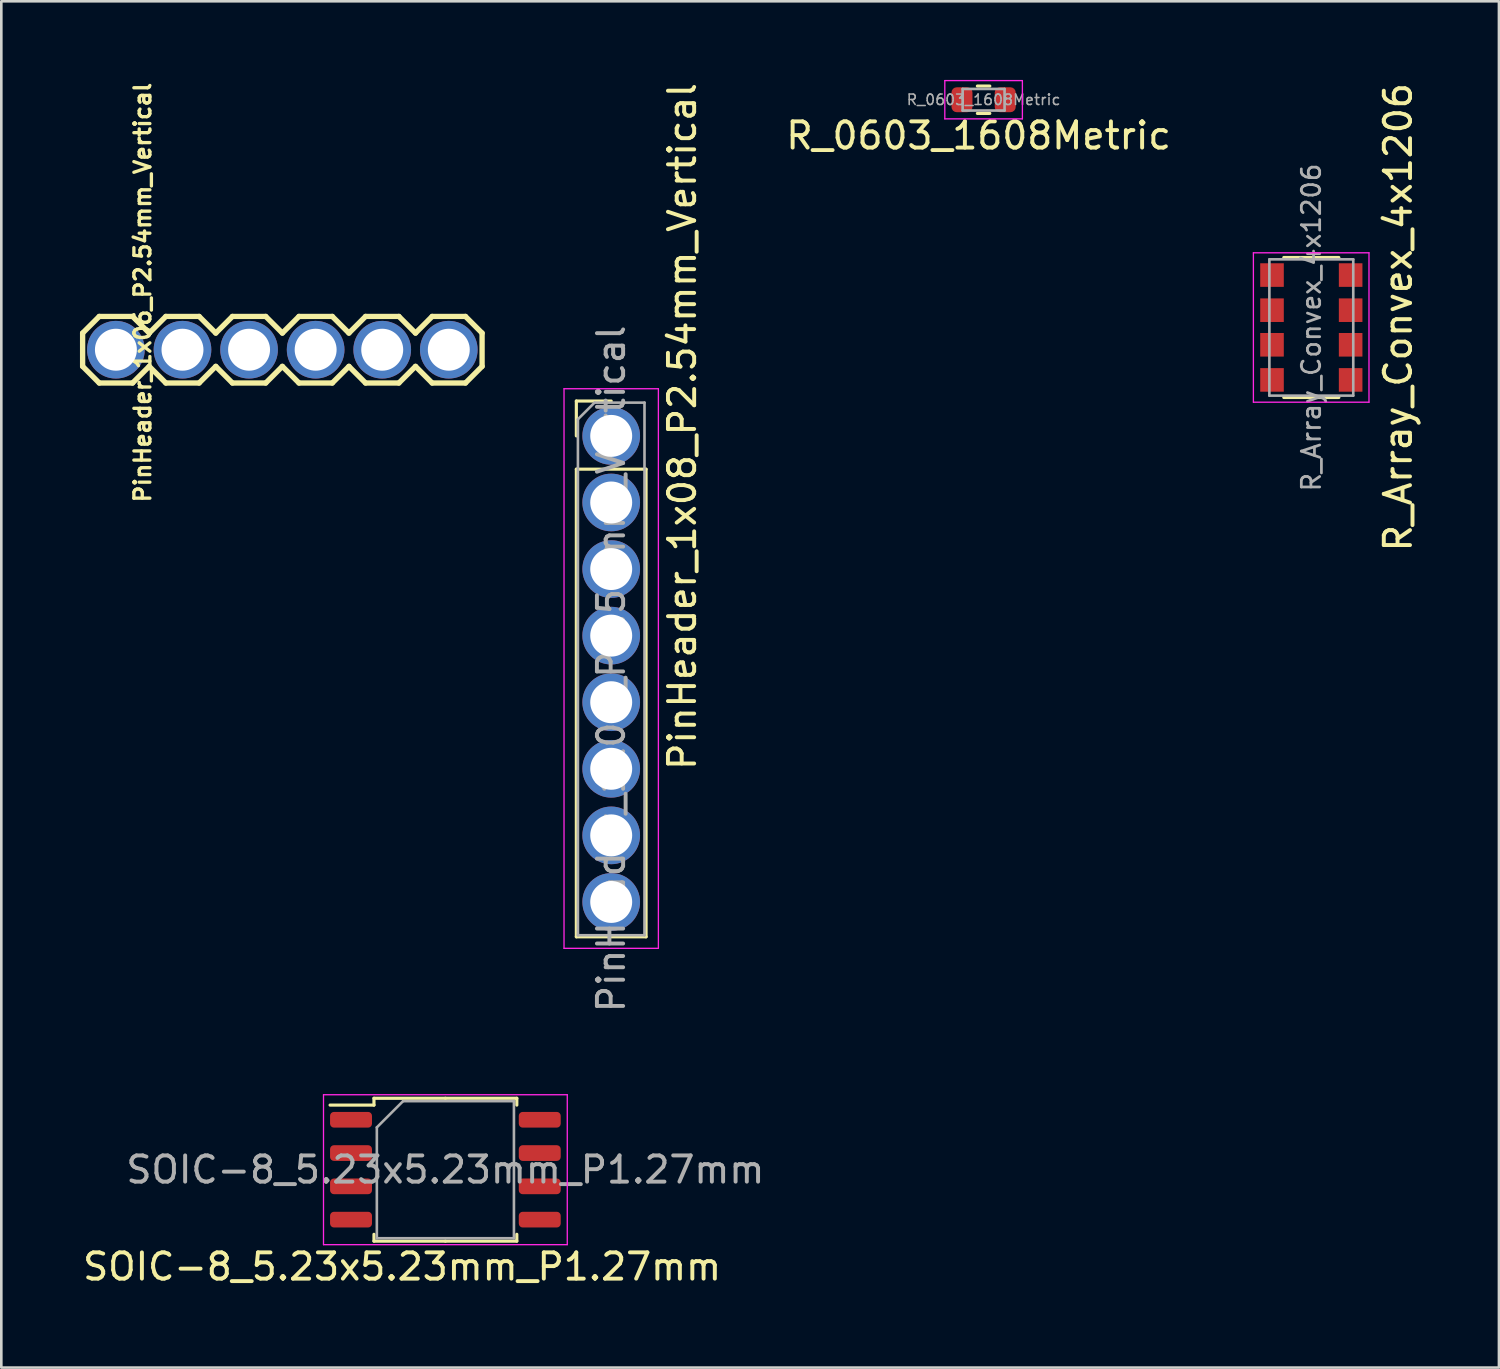
<source format=kicad_pcb>
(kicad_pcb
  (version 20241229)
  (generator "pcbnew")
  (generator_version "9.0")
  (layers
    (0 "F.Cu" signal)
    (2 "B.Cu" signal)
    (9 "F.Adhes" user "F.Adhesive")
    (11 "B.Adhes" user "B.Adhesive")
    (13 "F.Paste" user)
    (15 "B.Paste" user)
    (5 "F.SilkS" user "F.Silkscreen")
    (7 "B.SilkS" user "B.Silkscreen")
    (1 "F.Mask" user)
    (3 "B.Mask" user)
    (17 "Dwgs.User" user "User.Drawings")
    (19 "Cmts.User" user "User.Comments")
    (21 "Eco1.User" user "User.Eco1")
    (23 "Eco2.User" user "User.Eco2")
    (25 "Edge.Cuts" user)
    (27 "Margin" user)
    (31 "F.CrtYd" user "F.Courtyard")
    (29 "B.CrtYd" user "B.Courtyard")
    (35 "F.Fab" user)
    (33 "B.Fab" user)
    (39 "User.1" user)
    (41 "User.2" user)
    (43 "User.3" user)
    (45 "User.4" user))
  (footprint "PinHeader_1x06_P2.54mm_Vertical"
    (layer "F.Cu")
    (at 1.372 10.292)
    (property "Reference" "PinHeader_1x06_P2.54mm_Vertical" (at 1.02 -2.18 270) (layer "F.SilkS") (effects (font (size 0.61 0.61) (thickness 0.127))))
    (attr exclude_from_pos_files)
    (fp_line (start -1.27 -0.635) (end -1.27 0.635) (stroke (width 0.203) (type solid)) (layer "F.SilkS"))
    (fp_line (start -1.27 0.635) (end -0.635 1.27) (stroke (width 0.203) (type solid)) (layer "F.SilkS"))
    (fp_line (start -0.635 -1.27) (end -1.27 -0.635) (stroke (width 0.203) (type solid)) (layer "F.SilkS"))
    (fp_line (start -0.635 -1.27) (end 0.635 -1.27) (stroke (width 0.203) (type solid)) (layer "F.SilkS"))
    (fp_line (start 0.635 -1.27) (end 1.27 -0.635) (stroke (width 0.203) (type solid)) (layer "F.SilkS"))
    (fp_line (start 0.635 1.27) (end -0.635 1.27) (stroke (width 0.203) (type solid)) (layer "F.SilkS"))
    (fp_line (start 1.27 -0.635) (end 1.905 -1.27) (stroke (width 0.203) (type solid)) (layer "F.SilkS"))
    (fp_line (start 1.27 0.635) (end 0.635 1.27) (stroke (width 0.203) (type solid)) (layer "F.SilkS"))
    (fp_line (start 1.905 -1.27) (end 3.175 -1.27) (stroke (width 0.203) (type solid)) (layer "F.SilkS"))
    (fp_line (start 1.905 1.27) (end 1.27 0.635) (stroke (width 0.203) (type solid)) (layer "F.SilkS"))
    (fp_line (start 3.175 -1.27) (end 3.81 -0.635) (stroke (width 0.203) (type solid)) (layer "F.SilkS"))
    (fp_line (start 3.175 1.27) (end 1.905 1.27) (stroke (width 0.203) (type solid)) (layer "F.SilkS"))
    (fp_line (start 3.81 -0.635) (end 4.445 -1.27) (stroke (width 0.203) (type solid)) (layer "F.SilkS"))
    (fp_line (start 3.81 0.635) (end 3.175 1.27) (stroke (width 0.203) (type solid)) (layer "F.SilkS"))
    (fp_line (start 4.445 -1.27) (end 5.715 -1.27) (stroke (width 0.203) (type solid)) (layer "F.SilkS"))
    (fp_line (start 4.445 1.27) (end 3.81 0.635) (stroke (width 0.203) (type solid)) (layer "F.SilkS"))
    (fp_line (start 5.715 -1.27) (end 6.35 -0.635) (stroke (width 0.203) (type solid)) (layer "F.SilkS"))
    (fp_line (start 5.715 1.27) (end 4.445 1.27) (stroke (width 0.203) (type solid)) (layer "F.SilkS"))
    (fp_line (start 6.35 0.635) (end 5.715 1.27) (stroke (width 0.203) (type solid)) (layer "F.SilkS"))
    (fp_line (start 6.35 0.635) (end 6.985 1.27) (stroke (width 0.203) (type solid)) (layer "F.SilkS"))
    (fp_line (start 6.985 -1.27) (end 6.35 -0.635) (stroke (width 0.203) (type solid)) (layer "F.SilkS"))
    (fp_line (start 6.985 -1.27) (end 8.255 -1.27) (stroke (width 0.203) (type solid)) (layer "F.SilkS"))
    (fp_line (start 8.255 -1.27) (end 8.89 -0.635) (stroke (width 0.203) (type solid)) (layer "F.SilkS"))
    (fp_line (start 8.255 1.27) (end 6.985 1.27) (stroke (width 0.203) (type solid)) (layer "F.SilkS"))
    (fp_line (start 8.89 -0.635) (end 9.525 -1.27) (stroke (width 0.203) (type solid)) (layer "F.SilkS"))
    (fp_line (start 8.89 0.635) (end 8.255 1.27) (stroke (width 0.203) (type solid)) (layer "F.SilkS"))
    (fp_line (start 9.525 -1.27) (end 10.795 -1.27) (stroke (width 0.203) (type solid)) (layer "F.SilkS"))
    (fp_line (start 9.525 1.27) (end 8.89 0.635) (stroke (width 0.203) (type solid)) (layer "F.SilkS"))
    (fp_line (start 10.795 -1.27) (end 11.43 -0.635) (stroke (width 0.203) (type solid)) (layer "F.SilkS"))
    (fp_line (start 10.795 1.27) (end 9.525 1.27) (stroke (width 0.203) (type solid)) (layer "F.SilkS"))
    (fp_line (start 11.43 -0.635) (end 12.065 -1.27) (stroke (width 0.203) (type solid)) (layer "F.SilkS"))
    (fp_line (start 11.43 0.635) (end 10.795 1.27) (stroke (width 0.203) (type solid)) (layer "F.SilkS"))
    (fp_line (start 12.065 -1.27) (end 13.335 -1.27) (stroke (width 0.203) (type solid)) (layer "F.SilkS"))
    (fp_line (start 12.065 1.27) (end 11.43 0.635) (stroke (width 0.203) (type solid)) (layer "F.SilkS"))
    (fp_line (start 13.335 -1.27) (end 13.97 -0.635) (stroke (width 0.203) (type solid)) (layer "F.SilkS"))
    (fp_line (start 13.335 1.27) (end 12.065 1.27) (stroke (width 0.203) (type solid)) (layer "F.SilkS"))
    (fp_line (start 13.97 -0.635) (end 13.97 0.635) (stroke (width 0.203) (type solid)) (layer "F.SilkS"))
    (fp_line (start 13.97 0.635) (end 13.335 1.27) (stroke (width 0.203) (type solid)) (layer "F.SilkS"))
    (pad "1" thru_hole circle (at 0 0) (size 2.2 2.2) (drill 1.6) (layers "*.Cu" "*.Mask"))
    (pad "2" thru_hole circle (at 2.54 0) (size 2.2 2.2) (drill 1.6) (layers "*.Cu" "*.Mask"))
    (pad "3" thru_hole circle (at 5.08 0) (size 2.2 2.2) (drill 1.6) (layers "*.Cu" "*.Mask"))
    (pad "4" thru_hole circle (at 7.62 0) (size 2.2 2.2) (drill 1.6) (layers "*.Cu" "*.Mask"))
    (pad "5" thru_hole circle (at 10.16 0) (size 2.2 2.2) (drill 1.6) (layers "*.Cu" "*.Mask"))
    (pad "6" thru_hole circle (at 12.7 0) (size 2.2 2.2) (drill 1.6) (layers "*.Cu" "*.Mask")))
  (footprint "R_0603_1608Metric"
    (layer "F.Cu")
    (at 34.475 0.755)
    (property "Reference" "R_0603_1608Metric" (at -0.19 1.37 180) (layer "F.SilkS") (effects (font (size 1 1) (thickness 0.15))))
    (attr smd)
    (fp_line (start -0.237 -0.522) (end 0.237 -0.522) (stroke (width 0.12) (type solid)) (layer "F.SilkS"))
    (fp_line (start -0.237 0.522) (end 0.237 0.522) (stroke (width 0.12) (type solid)) (layer "F.SilkS"))
    (fp_line (start -1.48 -0.73) (end 1.48 -0.73) (stroke (width 0.05) (type solid)) (layer "F.CrtYd"))
    (fp_line (start -1.48 0.73) (end -1.48 -0.73) (stroke (width 0.05) (type solid)) (layer "F.CrtYd"))
    (fp_line (start 1.48 -0.73) (end 1.48 0.73) (stroke (width 0.05) (type solid)) (layer "F.CrtYd"))
    (fp_line (start 1.48 0.73) (end -1.48 0.73) (stroke (width 0.05) (type solid)) (layer "F.CrtYd"))
    (fp_line (start -0.8 -0.412) (end 0.8 -0.412) (stroke (width 0.1) (type solid)) (layer "F.Fab"))
    (fp_line (start -0.8 0.412) (end -0.8 -0.412) (stroke (width 0.1) (type solid)) (layer "F.Fab"))
    (fp_line (start 0.8 -0.412) (end 0.8 0.412) (stroke (width 0.1) (type solid)) (layer "F.Fab"))
    (fp_line (start 0.8 0.412) (end -0.8 0.412) (stroke (width 0.1) (type solid)) (layer "F.Fab"))
    (fp_text user "${REFERENCE}" (at 0 0 180) (layer "F.Fab") (effects (font (size 0.4 0.4) (thickness 0.06))))
    (pad "1" smd roundrect (at -0.825 0) (size 0.8 0.95) (layers "F.Cu" "F.Mask" "F.Paste") (roundrect_rratio 0.25))
    (pad "2" smd roundrect (at 0.825 0) (size 0.8 0.95) (layers "F.Cu" "F.Mask" "F.Paste") (roundrect_rratio 0.25)))
  (footprint "R_Array_Convex_4x1206"
    (layer "F.Cu")
    (at 46.978 9.444)
    (property "Reference" "R_Array_Convex_4x1206" (at 3.31 -0.39 270) (layer "F.SilkS") (effects (font (size 1 1) (thickness 0.15))))
    (attr smd)
    (fp_line (start 1.05 -2.67) (end -1.05 -2.67) (stroke (width 0.12) (type solid)) (layer "F.SilkS"))
    (fp_line (start 1.05 2.67) (end -1.05 2.67) (stroke (width 0.12) (type solid)) (layer "F.SilkS"))
    (fp_line (start -2.21 -2.85) (end -2.21 2.85) (stroke (width 0.05) (type solid)) (layer "F.CrtYd"))
    (fp_line (start -2.21 -2.85) (end 2.2 -2.85) (stroke (width 0.05) (type solid)) (layer "F.CrtYd"))
    (fp_line (start 2.2 2.85) (end -2.21 2.85) (stroke (width 0.05) (type solid)) (layer "F.CrtYd"))
    (fp_line (start 2.2 2.85) (end 2.2 -2.85) (stroke (width 0.05) (type solid)) (layer "F.CrtYd"))
    (fp_line (start -1.6 -2.6) (end -1.6 2.6) (stroke (width 0.1) (type solid)) (layer "F.Fab"))
    (fp_line (start -1.6 2.6) (end 1.6 2.6) (stroke (width 0.1) (type solid)) (layer "F.Fab"))
    (fp_line (start 1.6 -2.6) (end -1.6 -2.6) (stroke (width 0.1) (type solid)) (layer "F.Fab"))
    (fp_line (start 1.6 2.6) (end 1.6 -2.6) (stroke (width 0.1) (type solid)) (layer "F.Fab"))
    (fp_text user "${REFERENCE}" (at 0 0 90) (layer "F.Fab") (effects (font (size 0.7 0.7) (thickness 0.105))))
    (pad "1" smd rect (at -1.5 -2) (size 0.9 0.9) (layers "F.Cu" "F.Mask" "F.Paste"))
    (pad "2" smd rect (at -1.5 -0.66) (size 0.9 0.9) (layers "F.Cu" "F.Mask" "F.Paste"))
    (pad "3" smd rect (at -1.5 0.66) (size 0.9 0.9) (layers "F.Cu" "F.Mask" "F.Paste"))
    (pad "4" smd rect (at -1.5 2) (size 0.9 0.9) (layers "F.Cu" "F.Mask" "F.Paste"))
    (pad "5" smd rect (at 1.5 2) (size 0.9 0.9) (layers "F.Cu" "F.Mask" "F.Paste"))
    (pad "6" smd rect (at 1.5 0.66) (size 0.9 0.9) (layers "F.Cu" "F.Mask" "F.Paste"))
    (pad "7" smd rect (at 1.5 -0.66) (size 0.9 0.9) (layers "F.Cu" "F.Mask" "F.Paste"))
    (pad "8" smd rect (at 1.5 -2) (size 0.9 0.9) (layers "F.Cu" "F.Mask" "F.Paste")))
  (footprint "SOIC-8_5.23x5.23mm_P1.27mm"
    (layer "F.Cu")
    (at 13.942 41.575)
    (property "Reference" "SOIC-8_5.23x5.23mm_P1.27mm" (at -1.65 3.7 0) (layer "F.SilkS") (effects (font (size 1 1) (thickness 0.15))))
    (attr smd)
    (fp_line (start -2.725 -2.725) (end -2.725 -2.465) (stroke (width 0.12) (type solid)) (layer "F.SilkS"))
    (fp_line (start -2.725 -2.465) (end -4.4 -2.465) (stroke (width 0.12) (type solid)) (layer "F.SilkS"))
    (fp_line (start -2.725 2.725) (end -2.725 2.465) (stroke (width 0.12) (type solid)) (layer "F.SilkS"))
    (fp_line (start 0 -2.725) (end -2.725 -2.725) (stroke (width 0.12) (type solid)) (layer "F.SilkS"))
    (fp_line (start 0 -2.725) (end 2.725 -2.725) (stroke (width 0.12) (type solid)) (layer "F.SilkS"))
    (fp_line (start 0 2.725) (end -2.725 2.725) (stroke (width 0.12) (type solid)) (layer "F.SilkS"))
    (fp_line (start 0 2.725) (end 2.725 2.725) (stroke (width 0.12) (type solid)) (layer "F.SilkS"))
    (fp_line (start 2.725 -2.725) (end 2.725 -2.465) (stroke (width 0.12) (type solid)) (layer "F.SilkS"))
    (fp_line (start 2.725 2.725) (end 2.725 2.465) (stroke (width 0.12) (type solid)) (layer "F.SilkS"))
    (fp_line (start -4.65 -2.86) (end -4.65 2.86) (stroke (width 0.05) (type solid)) (layer "F.CrtYd"))
    (fp_line (start -4.65 2.86) (end 4.65 2.86) (stroke (width 0.05) (type solid)) (layer "F.CrtYd"))
    (fp_line (start 4.65 -2.86) (end -4.65 -2.86) (stroke (width 0.05) (type solid)) (layer "F.CrtYd"))
    (fp_line (start 4.65 2.86) (end 4.65 -2.86) (stroke (width 0.05) (type solid)) (layer "F.CrtYd"))
    (fp_line (start -2.615 -1.615) (end -1.615 -2.615) (stroke (width 0.1) (type solid)) (layer "F.Fab"))
    (fp_line (start -2.615 2.615) (end -2.615 -1.615) (stroke (width 0.1) (type solid)) (layer "F.Fab"))
    (fp_line (start -1.615 -2.615) (end 2.615 -2.615) (stroke (width 0.1) (type solid)) (layer "F.Fab"))
    (fp_line (start 2.615 -2.615) (end 2.615 2.615) (stroke (width 0.1) (type solid)) (layer "F.Fab"))
    (fp_line (start 2.615 2.615) (end -2.615 2.615) (stroke (width 0.1) (type solid)) (layer "F.Fab"))
    (fp_text user "${REFERENCE}" (at 0 0 0) (layer "F.Fab") (effects (font (size 1 1) (thickness 0.15))))
    (pad "1" smd roundrect (at -3.6 -1.905) (size 1.6 0.6) (layers "F.Cu" "F.Mask" "F.Paste") (roundrect_rratio 0.25))
    (pad "2" smd roundrect (at -3.6 -0.635) (size 1.6 0.6) (layers "F.Cu" "F.Mask" "F.Paste") (roundrect_rratio 0.25))
    (pad "3" smd roundrect (at -3.6 0.635) (size 1.6 0.6) (layers "F.Cu" "F.Mask" "F.Paste") (roundrect_rratio 0.25))
    (pad "4" smd roundrect (at -3.6 1.905) (size 1.6 0.6) (layers "F.Cu" "F.Mask" "F.Paste") (roundrect_rratio 0.25))
    (pad "5" smd roundrect (at 3.6 1.905) (size 1.6 0.6) (layers "F.Cu" "F.Mask" "F.Paste") (roundrect_rratio 0.25))
    (pad "6" smd roundrect (at 3.6 0.635) (size 1.6 0.6) (layers "F.Cu" "F.Mask" "F.Paste") (roundrect_rratio 0.25))
    (pad "7" smd roundrect (at 3.6 -0.635) (size 1.6 0.6) (layers "F.Cu" "F.Mask" "F.Paste") (roundrect_rratio 0.25))
    (pad "8" smd roundrect (at 3.6 -1.905) (size 1.6 0.6) (layers "F.Cu" "F.Mask" "F.Paste") (roundrect_rratio 0.25)))
  (footprint "PinHeader_1x08_P2.54mm_Vertical"
    (layer "F.Cu")
    (at 20.268 13.58)
    (property "Reference" "PinHeader_1x08_P2.54mm_Vertical" (at 2.71 -0.36 90) (layer "F.SilkS") (effects (font (size 1 1) (thickness 0.15))))
    (attr through_hole)
    (fp_line (start -1.33 -1.33) (end 0 -1.33) (stroke (width 0.12) (type solid)) (layer "F.SilkS"))
    (fp_line (start -1.33 0) (end -1.33 -1.33) (stroke (width 0.12) (type solid)) (layer "F.SilkS"))
    (fp_line (start -1.33 1.27) (end -1.33 19.11) (stroke (width 0.12) (type solid)) (layer "F.SilkS"))
    (fp_line (start -1.33 1.27) (end 1.33 1.27) (stroke (width 0.12) (type solid)) (layer "F.SilkS"))
    (fp_line (start -1.33 19.11) (end 1.33 19.11) (stroke (width 0.12) (type solid)) (layer "F.SilkS"))
    (fp_line (start 1.33 1.27) (end 1.33 19.11) (stroke (width 0.12) (type solid)) (layer "F.SilkS"))
    (fp_line (start -1.8 -1.8) (end -1.8 19.55) (stroke (width 0.05) (type solid)) (layer "F.CrtYd"))
    (fp_line (start -1.8 19.55) (end 1.8 19.55) (stroke (width 0.05) (type solid)) (layer "F.CrtYd"))
    (fp_line (start 1.8 -1.8) (end -1.8 -1.8) (stroke (width 0.05) (type solid)) (layer "F.CrtYd"))
    (fp_line (start 1.8 19.55) (end 1.8 -1.8) (stroke (width 0.05) (type solid)) (layer "F.CrtYd"))
    (fp_line (start -1.27 -0.635) (end -0.635 -1.27) (stroke (width 0.1) (type solid)) (layer "F.Fab"))
    (fp_line (start -1.27 19.05) (end -1.27 -0.635) (stroke (width 0.1) (type solid)) (layer "F.Fab"))
    (fp_line (start -0.635 -1.27) (end 1.27 -1.27) (stroke (width 0.1) (type solid)) (layer "F.Fab"))
    (fp_line (start 1.27 -1.27) (end 1.27 19.05) (stroke (width 0.1) (type solid)) (layer "F.Fab"))
    (fp_line (start 1.27 19.05) (end -1.27 19.05) (stroke (width 0.1) (type solid)) (layer "F.Fab"))
    (fp_text user "${REFERENCE}" (at 0 8.89 270) (layer "F.Fab") (effects (font (size 1 1) (thickness 0.15))))
    (pad "1" thru_hole circle (at 0 0) (size 2.2 2.2) (drill 1.6) (layers "*.Cu" "*.Mask"))
    (pad "2" thru_hole circle (at 0 2.54) (size 2.2 2.2) (drill 1.6) (layers "*.Cu" "*.Mask"))
    (pad "3" thru_hole circle (at 0 5.08) (size 2.2 2.2) (drill 1.6) (layers "*.Cu" "*.Mask"))
    (pad "4" thru_hole circle (at 0 7.62) (size 2.2 2.2) (drill 1.6) (layers "*.Cu" "*.Mask"))
    (pad "5" thru_hole circle (at 0 10.16) (size 2.2 2.2) (drill 1.6) (layers "*.Cu" "*.Mask"))
    (pad "6" thru_hole circle (at 0 12.7) (size 2.2 2.2) (drill 1.6) (layers "*.Cu" "*.Mask"))
    (pad "7" thru_hole circle (at 0 15.24) (size 2.2 2.2) (drill 1.6) (layers "*.Cu" "*.Mask"))
    (pad "8" thru_hole circle (at 0 17.78) (size 2.2 2.2) (drill 1.6) (layers "*.Cu" "*.Mask")))
  (gr_rect
    (start -3 -3)
    (end 54.136 49.124)
    (stroke (width 0.1) (type default))
    (fill no)
    (layer "Edge.Cuts")))
</source>
